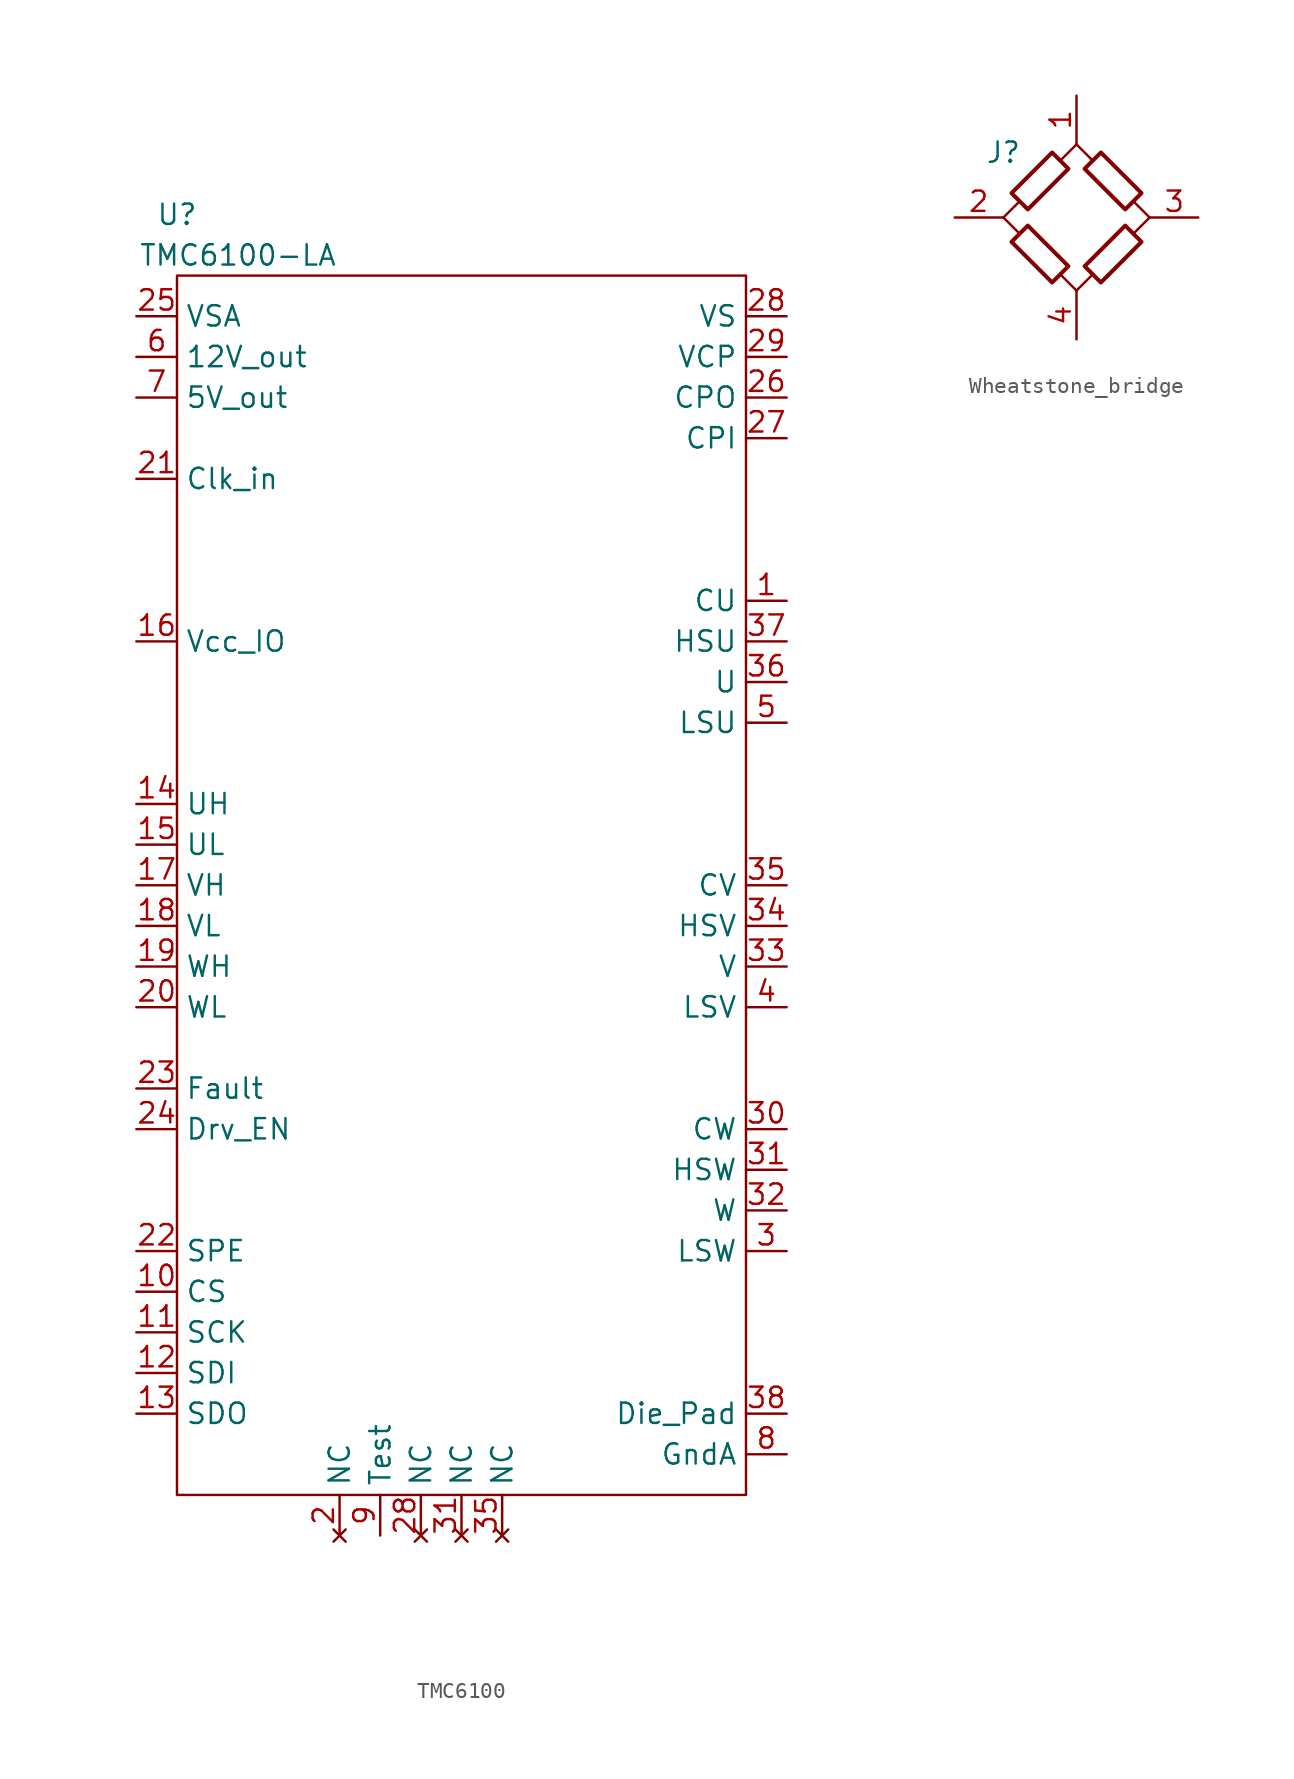
<source format=kicad_sym>
(kicad_symbol_lib
  (version 20241209)
  (generator "kicad_symbol_editor")
  (generator_version "9.0")
  (symbol "TMC6100"
    (property "Reference" "U"
      (at 2.54 6.35 0)
      (effects (font (size 1.27 1.27))))
    (property "Value" "TMC6100-LA"
      (at 6.35 3.81 0)
      (effects (font (size 1.27 1.27))))
    (symbol "TMC6100_0_1"
      (rectangle (start 2.54 2.54) (end 38.1 -73.66) (stroke (width 0) (type default)) (fill (type none))))
    (symbol "TMC6100_1_1"
      (pin power_in line (at 0 0 0) (length 2.54) (name "VSA" (effects (font (size 1.27 1.27)))) (number "25" (effects (font (size 1.27 1.27)))))
      (pin power_out line (at 0 -2.54 0) (length 2.54) (name "12V_out" (effects (font (size 1.27 1.27)))) (number "6" (effects (font (size 1.27 1.27)))))
      (pin power_out line (at 0 -5.08 0) (length 2.54) (name "5V_out" (effects (font (size 1.27 1.27)))) (number "7" (effects (font (size 1.27 1.27)))))
      (pin input line (at 0 -10.16 0) (length 2.54) (name "Clk_in" (effects (font (size 1.27 1.27)))) (number "21" (effects (font (size 1.27 1.27)))))
      (pin input line (at 0 -20.32 0) (length 2.54) (name "Vcc_IO" (effects (font (size 1.27 1.27)))) (number "16" (effects (font (size 1.27 1.27)))))
      (pin input line (at 0 -30.48 0) (length 2.54) (name "UH" (effects (font (size 1.27 1.27)))) (number "14" (effects (font (size 1.27 1.27)))))
      (pin input line (at 0 -33.02 0) (length 2.54) (name "UL" (effects (font (size 1.27 1.27)))) (number "15" (effects (font (size 1.27 1.27)))))
      (pin input line (at 0 -35.56 0) (length 2.54) (name "VH" (effects (font (size 1.27 1.27)))) (number "17" (effects (font (size 1.27 1.27)))))
      (pin input line (at 0 -38.1 0) (length 2.54) (name "VL" (effects (font (size 1.27 1.27)))) (number "18" (effects (font (size 1.27 1.27)))))
      (pin input line (at 0 -40.64 0) (length 2.54) (name "WH" (effects (font (size 1.27 1.27)))) (number "19" (effects (font (size 1.27 1.27)))))
      (pin input line (at 0 -43.18 0) (length 2.54) (name "WL" (effects (font (size 1.27 1.27)))) (number "20" (effects (font (size 1.27 1.27)))))
      (pin output line (at 0 -48.26 0) (length 2.54) (name "Fault" (effects (font (size 1.27 1.27)))) (number "23" (effects (font (size 1.27 1.27)))))
      (pin input line (at 0 -50.8 0) (length 2.54) (name "Drv_EN" (effects (font (size 1.27 1.27)))) (number "24" (effects (font (size 1.27 1.27)))))
      (pin input line (at 0 -58.42 0) (length 2.54) (name "SPE" (effects (font (size 1.27 1.27)))) (number "22" (effects (font (size 1.27 1.27)))))
      (pin input line (at 0 -60.96 0) (length 2.54) (name "CS" (effects (font (size 1.27 1.27)))) (number "10" (effects (font (size 1.27 1.27)))))
      (pin input line (at 0 -63.5 0) (length 2.54) (name "SCK" (effects (font (size 1.27 1.27)))) (number "11" (effects (font (size 1.27 1.27)))))
      (pin input line (at 0 -66.04 0) (length 2.54) (name "SDI" (effects (font (size 1.27 1.27)))) (number "12" (effects (font (size 1.27 1.27)))))
      (pin bidirectional line (at 0 -68.58 0) (length 2.54) (name "SDO" (effects (font (size 1.27 1.27)))) (number "13" (effects (font (size 1.27 1.27)))))
      (pin no_connect line (at 12.7 -76.2 90) (length 2.54) (name "NC" (effects (font (size 1.27 1.27)))) (number "2" (effects (font (size 1.27 1.27)))))
      (pin input line (at 15.24 -76.2 90) (length 2.54) (name "Test" (effects (font (size 1.27 1.27)))) (number "9" (effects (font (size 1.27 1.27)))))
      (pin no_connect line (at 17.78 -76.2 90) (length 2.54) (name "NC" (effects (font (size 1.27 1.27)))) (number "28" (effects (font (size 1.27 1.27)))))
      (pin no_connect line (at 20.32 -76.2 90) (length 2.54) (name "NC" (effects (font (size 1.27 1.27)))) (number "31" (effects (font (size 1.27 1.27)))))
      (pin no_connect line (at 22.86 -76.2 90) (length 2.54) (name "NC" (effects (font (size 1.27 1.27)))) (number "35" (effects (font (size 1.27 1.27)))))
      (pin power_in line (at 40.64 0 180) (length 2.54) (name "VS" (effects (font (size 1.27 1.27)))) (number "28" (effects (font (size 1.27 1.27)))))
      (pin power_out line (at 40.64 -2.54 180) (length 2.54) (name "VCP" (effects (font (size 1.27 1.27)))) (number "29" (effects (font (size 1.27 1.27)))))
      (pin output line (at 40.64 -5.08 180) (length 2.54) (name "CPO" (effects (font (size 1.27 1.27)))) (number "26" (effects (font (size 1.27 1.27)))))
      (pin input line (at 40.64 -7.62 180) (length 2.54) (name "CPI" (effects (font (size 1.27 1.27)))) (number "27" (effects (font (size 1.27 1.27)))))
      (pin output line (at 40.64 -17.78 180) (length 2.54) (name "CU" (effects (font (size 1.27 1.27)))) (number "1" (effects (font (size 1.27 1.27)))))
      (pin power_out line (at 40.64 -20.32 180) (length 2.54) (name "HSU" (effects (font (size 1.27 1.27)))) (number "37" (effects (font (size 1.27 1.27)))))
      (pin power_out line (at 40.64 -22.86 180) (length 2.54) (name "U" (effects (font (size 1.27 1.27)))) (number "36" (effects (font (size 1.27 1.27)))))
      (pin power_out line (at 40.64 -25.4 180) (length 2.54) (name "LSU" (effects (font (size 1.27 1.27)))) (number "5" (effects (font (size 1.27 1.27)))))
      (pin output line (at 40.64 -35.56 180) (length 2.54) (name "CV" (effects (font (size 1.27 1.27)))) (number "35" (effects (font (size 1.27 1.27)))))
      (pin power_out line (at 40.64 -38.1 180) (length 2.54) (name "HSV" (effects (font (size 1.27 1.27)))) (number "34" (effects (font (size 1.27 1.27)))))
      (pin power_out line (at 40.64 -40.64 180) (length 2.54) (name "V" (effects (font (size 1.27 1.27)))) (number "33" (effects (font (size 1.27 1.27)))))
      (pin power_out line (at 40.64 -43.18 180) (length 2.54) (name "LSV" (effects (font (size 1.27 1.27)))) (number "4" (effects (font (size 1.27 1.27)))))
      (pin output line (at 40.64 -50.8 180) (length 2.54) (name "CW" (effects (font (size 1.27 1.27)))) (number "30" (effects (font (size 1.27 1.27)))))
      (pin power_out line (at 40.64 -53.34 180) (length 2.54) (name "HSW" (effects (font (size 1.27 1.27)))) (number "31" (effects (font (size 1.27 1.27)))))
      (pin power_out line (at 40.64 -55.88 180) (length 2.54) (name "W" (effects (font (size 1.27 1.27)))) (number "32" (effects (font (size 1.27 1.27)))))
      (pin power_out line (at 40.64 -58.42 180) (length 2.54) (name "LSW" (effects (font (size 1.27 1.27)))) (number "3" (effects (font (size 1.27 1.27)))))
      (pin power_in line (at 40.64 -68.58 180) (length 2.54) (name "Die_Pad" (effects (font (size 1.27 1.27)))) (number "38" (effects (font (size 1.27 1.27)))))
      (pin power_in line (at 40.64 -71.12 180) (length 2.54) (name "GndA" (effects (font (size 1.27 1.27)))) (number "8" (effects (font (size 1.27 1.27)))))))
  (symbol "Wheatstone_bridge"
    (property "Reference" "J"
      (at -4.572 -1.016 0)
      (effects (font (size 1.27 1.27))))
    (property "Value" ""
      (at -2.032 -3.81 0)
      (effects (font (size 1.27 1.27))))
    (symbol "Wheatstone_bridge_0_1"
      (polyline (pts (xy -4.572 -5.08) (xy -3.556 -4.064)) (stroke (width 0) (type default)) (fill (type none)))
      (polyline (pts (xy -3.556 -6.096) (xy -4.572 -5.08)) (stroke (width 0) (type default)) (fill (type none)))
      (polyline (pts (xy -1.016 -1.524) (xy 0 -0.508)) (stroke (width 0) (type default)) (fill (type none)))
      (polyline (pts (xy 0 -0.508) (xy 1.016 -1.524)) (stroke (width 0) (type default)) (fill (type none)))
      (polyline (pts (xy 0 -9.652) (xy -1.016 -8.636)) (stroke (width 0) (type default)) (fill (type none)))
      (polyline (pts (xy 1.016 -8.636) (xy 0 -9.652)) (stroke (width 0) (type default)) (fill (type none)))
      (polyline (pts (xy 3.556 -4.064) (xy 4.572 -5.08)) (stroke (width 0) (type default)) (fill (type none)))
      (polyline (pts (xy 4.572 -5.08) (xy 3.556 -6.096)) (stroke (width 0) (type default)) (fill (type none))))
    (symbol "Wheatstone_bridge_1_1"
      (polyline (pts (xy -3.048 -4.572) (xy -0.508 -2.032) (xy -1.524 -1.016) (xy -4.064 -3.556) (xy -3.048 -4.572)) (stroke (width 0.254) (type default)) (fill (type none)))
      (polyline (pts (xy -0.508 -8.128) (xy -3.048 -5.588) (xy -4.064 -6.604) (xy -1.524 -9.144) (xy -0.508 -8.128)) (stroke (width 0.254) (type default)) (fill (type none)))
      (polyline (pts (xy 0.508 -2.032) (xy 3.048 -4.572) (xy 4.064 -3.556) (xy 1.524 -1.016) (xy 0.508 -2.032)) (stroke (width 0.254) (type default)) (fill (type none)))
      (polyline (pts (xy 3.048 -5.588) (xy 0.508 -8.128) (xy 1.524 -9.144) (xy 4.064 -6.604) (xy 3.048 -5.588)) (stroke (width 0.254) (type default)) (fill (type none)))
      (pin passive line (at -7.62 -5.08 0) (length 3) (name "~" (effects (font (size 1.27 1.27)))) (number "2" (effects (font (size 1.27 1.27)))))
      (pin passive line (at 0 2.54 270) (length 3) (name "~" (effects (font (size 1.27 1.27)))) (number "1" (effects (font (size 1.27 1.27)))))
      (pin passive line (at 0 -12.7 90) (length 3) (name "~" (effects (font (size 1.27 1.27)))) (number "4" (effects (font (size 1.27 1.27)))))
      (pin passive line (at 7.62 -5.08 180) (length 3) (name "~" (effects (font (size 1.27 1.27)))) (number "3" (effects (font (size 1.27 1.27))))))))
</source>
